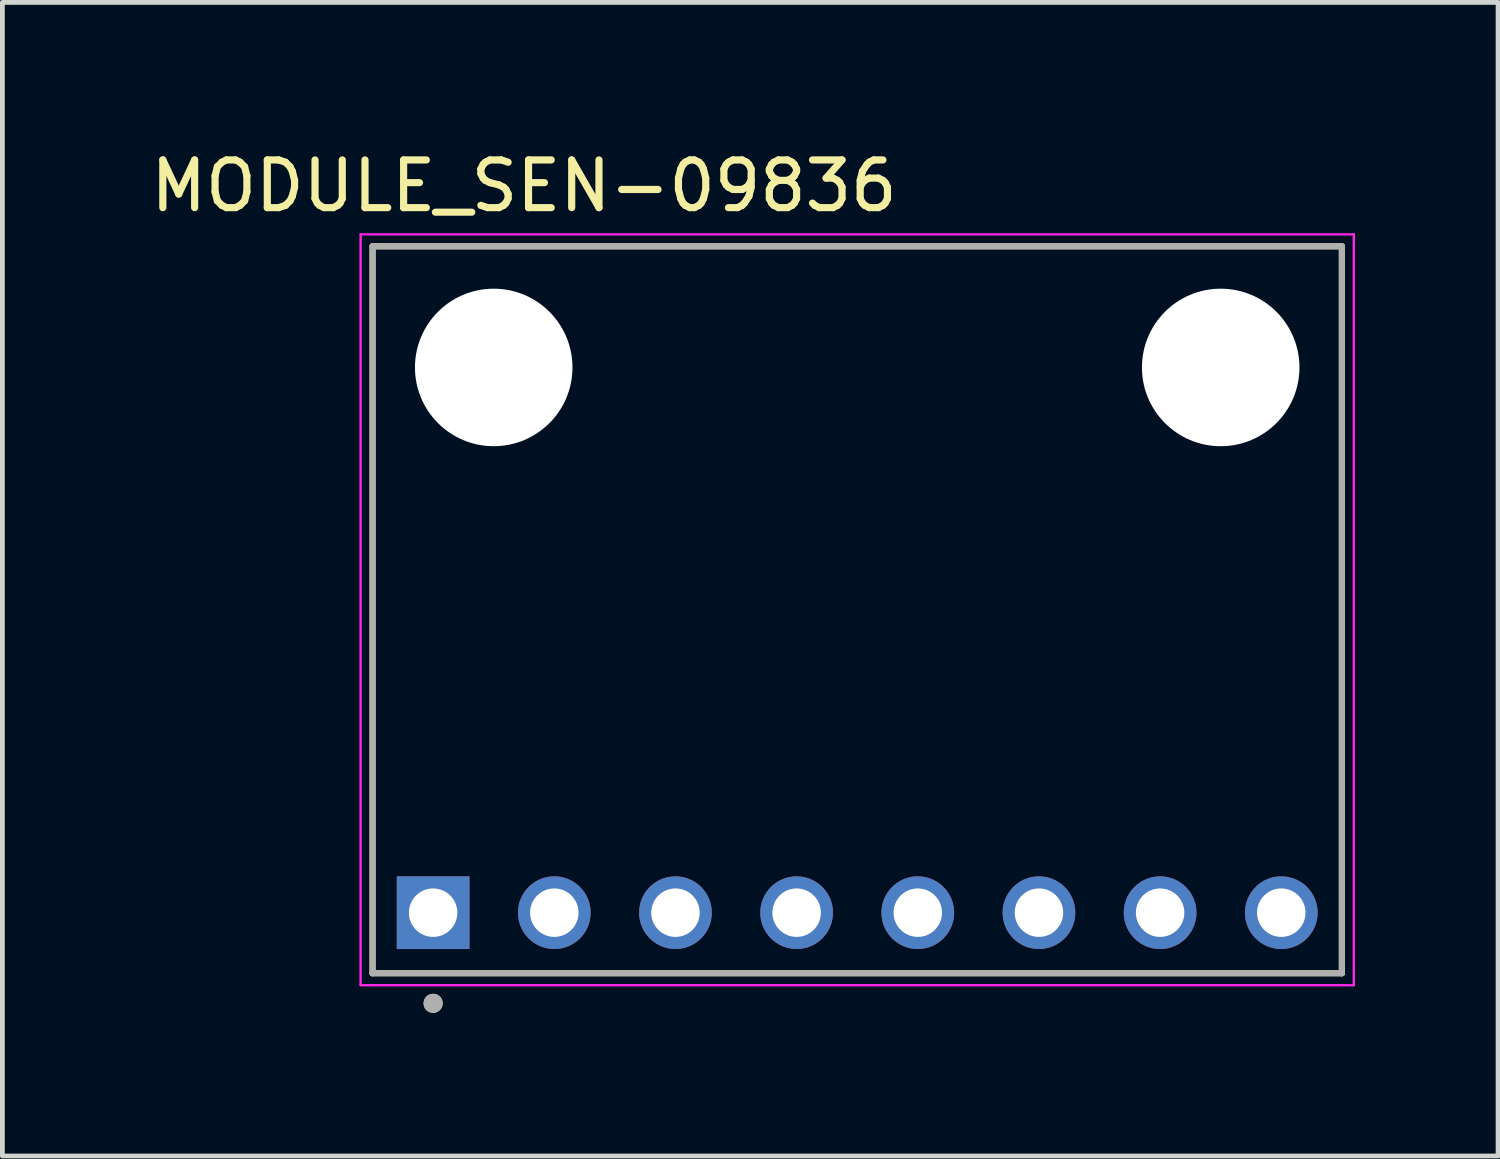
<source format=kicad_pcb>
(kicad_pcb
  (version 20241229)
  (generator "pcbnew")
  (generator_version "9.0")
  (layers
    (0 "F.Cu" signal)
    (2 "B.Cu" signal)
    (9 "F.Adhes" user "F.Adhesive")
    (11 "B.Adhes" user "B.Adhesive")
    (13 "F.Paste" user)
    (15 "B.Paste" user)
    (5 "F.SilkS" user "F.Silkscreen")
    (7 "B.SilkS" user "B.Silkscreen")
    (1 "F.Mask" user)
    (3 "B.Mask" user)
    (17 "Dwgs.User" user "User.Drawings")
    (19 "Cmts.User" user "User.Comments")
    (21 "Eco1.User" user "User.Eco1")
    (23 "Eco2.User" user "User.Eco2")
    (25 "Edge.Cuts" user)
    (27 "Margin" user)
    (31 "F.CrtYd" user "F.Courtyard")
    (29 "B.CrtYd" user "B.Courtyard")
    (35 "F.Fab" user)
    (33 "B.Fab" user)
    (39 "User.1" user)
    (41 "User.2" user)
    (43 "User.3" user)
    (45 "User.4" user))
  (footprint "MODULE_SEN-09836"
    (layer "F.Cu")
    (at 14.92 9.733)
    (property "Reference" "MODULE_SEN-09836" (at -6.985 -8.885 0) (layer "F.SilkS") (effects (font (size 1 1) (thickness 0.15))))
    (attr through_hole)
    (fp_line (start -10.16 -7.62) (end -10.16 7.62) (stroke (width 0.127) (type solid)) (layer "F.SilkS"))
    (fp_line (start -10.16 7.62) (end 10.16 7.62) (stroke (width 0.127) (type solid)) (layer "F.SilkS"))
    (fp_line (start 10.16 -7.62) (end -10.16 -7.62) (stroke (width 0.127) (type solid)) (layer "F.SilkS"))
    (fp_line (start 10.16 7.62) (end 10.16 -7.62) (stroke (width 0.127) (type solid)) (layer "F.SilkS"))
    (fp_circle (center -8.89 8.25) (end -8.79 8.25) (stroke (width 0.2) (type solid)) (fill no) (layer "F.SilkS"))
    (fp_line (start -10.41 -7.87) (end -10.41 7.87) (stroke (width 0.05) (type solid)) (layer "F.CrtYd"))
    (fp_line (start -10.41 7.87) (end 10.41 7.87) (stroke (width 0.05) (type solid)) (layer "F.CrtYd"))
    (fp_line (start 10.41 -7.87) (end -10.41 -7.87) (stroke (width 0.05) (type solid)) (layer "F.CrtYd"))
    (fp_line (start 10.41 7.87) (end 10.41 -7.87) (stroke (width 0.05) (type solid)) (layer "F.CrtYd"))
    (fp_line (start -10.16 -7.62) (end -10.16 7.62) (stroke (width 0.127) (type solid)) (layer "F.Fab"))
    (fp_line (start -10.16 7.62) (end 10.16 7.62) (stroke (width 0.127) (type solid)) (layer "F.Fab"))
    (fp_line (start 10.16 -7.62) (end -10.16 -7.62) (stroke (width 0.127) (type solid)) (layer "F.Fab"))
    (fp_line (start 10.16 7.62) (end 10.16 -7.62) (stroke (width 0.127) (type solid)) (layer "F.Fab"))
    (fp_circle (center -8.89 8.25) (end -8.79 8.25) (stroke (width 0.2) (type solid)) (fill no) (layer "F.Fab"))
    (pad "" np_thru_hole circle (at -7.62 -5.08) (size 3.302 3.302) (drill 3.302) (layers "*.Cu" "*.Mask"))
    (pad "" np_thru_hole circle (at 7.62 -5.08) (size 3.302 3.302) (drill 3.302) (layers "*.Cu" "*.Mask"))
    (pad "1" thru_hole rect (at -8.89 6.35) (size 1.524 1.524) (drill 1.016) (layers "*.Cu" "*.Mask"))
    (pad "2" thru_hole circle (at -6.35 6.35) (size 1.524 1.524) (drill 1.016) (layers "*.Cu" "*.Mask"))
    (pad "3" thru_hole circle (at -3.81 6.35) (size 1.524 1.524) (drill 1.016) (layers "*.Cu" "*.Mask"))
    (pad "4" thru_hole circle (at -1.27 6.35) (size 1.524 1.524) (drill 1.016) (layers "*.Cu" "*.Mask"))
    (pad "5" thru_hole circle (at 1.27 6.35) (size 1.524 1.524) (drill 1.016) (layers "*.Cu" "*.Mask"))
    (pad "6" thru_hole circle (at 3.81 6.35) (size 1.524 1.524) (drill 1.016) (layers "*.Cu" "*.Mask"))
    (pad "7" thru_hole circle (at 6.35 6.35) (size 1.524 1.524) (drill 1.016) (layers "*.Cu" "*.Mask"))
    (pad "8" thru_hole circle (at 8.89 6.35) (size 1.524 1.524) (drill 1.016) (layers "*.Cu" "*.Mask")))
  (gr_rect
    (start -3 -3)
    (end 28.355 21.183)
    (stroke (width 0.1) (type default))
    (fill no)
    (layer "Edge.Cuts")))
</source>
